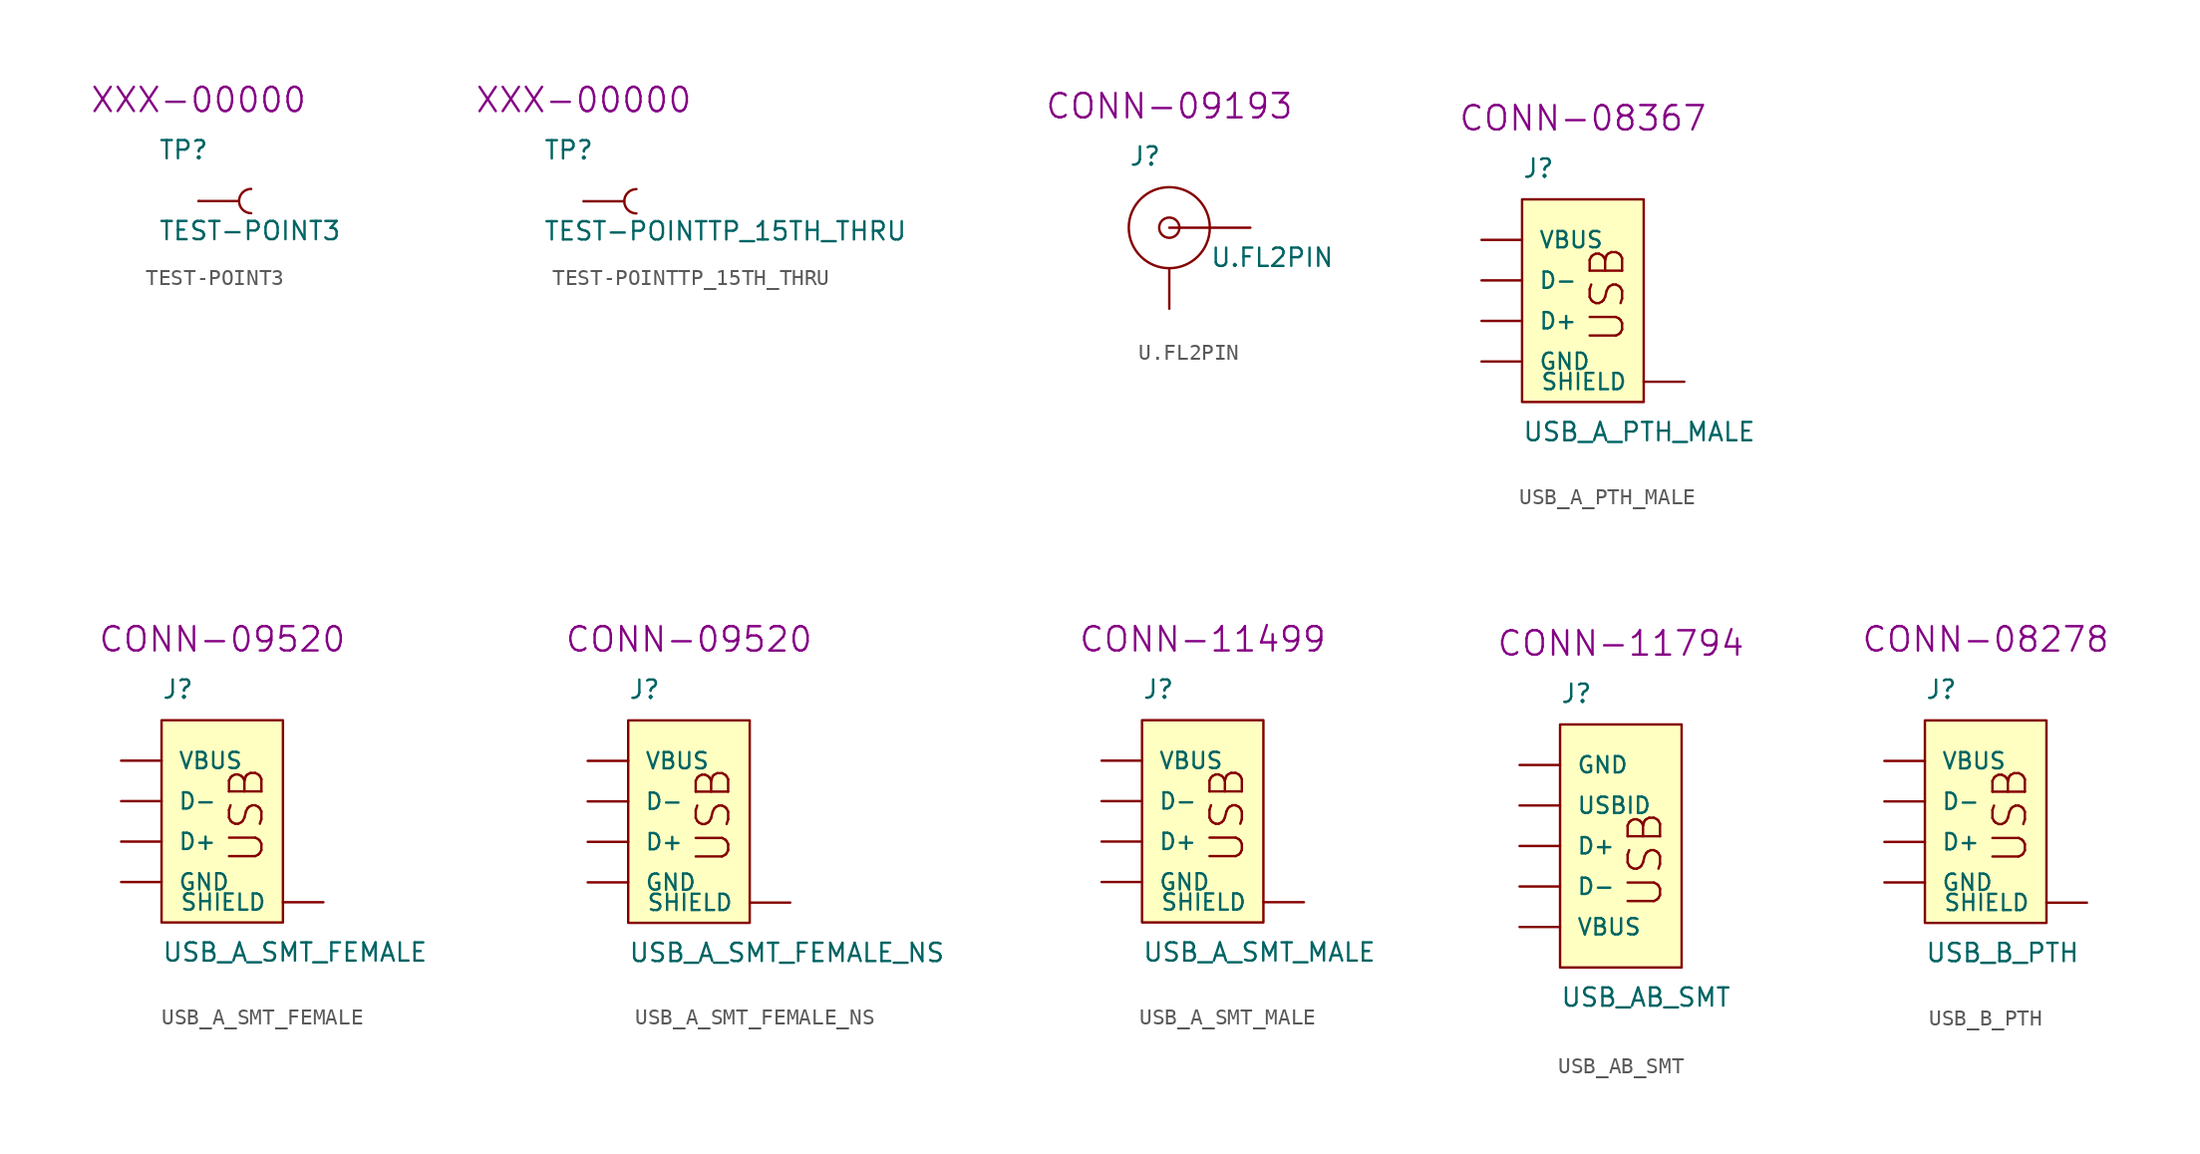
<source format=kicad_sym>
(kicad_symbol_lib
  (version 20220914)
  (generator kicad_symbol_editor)
  (symbol "TEST-POINT3"
    (pin_numbers hide)
    (pin_names
      (offset 1.016) hide)
    (property "Reference" "TP"
      (at -2.54 2.54 0)
      (effects (font (size 1.143 1.143)) (justify left bottom)))
    (property "Value" "TEST-POINT3"
      (at -2.54 -2.54 0)
      (effects (font (size 1.143 1.143)) (justify left bottom)))
    (property "Field4" "XXX-00000"
      (at 0 6.35 0)
      (effects (font (size 1.524 1.524))))
    (property "ki_locked" ""
      (at 0 0 0)
      (effects (font (size 1.27 1.27))))
    (symbol "TEST-POINT3_1_0"
      (polyline (pts (xy 2.54 0) (xy 0 0)) (stroke (width 0) (type solid)) (fill (type none))))
    (symbol "TEST-POINT3_1_1"
      (arc (start 3.302 0.762) (mid 2.5433 0) (end 3.302 -0.762) (stroke (width 0) (type solid)) (fill (type none)))
      (pin bidirectional line (at 0 0 180) (length 0) (name "1" (effects (font (size 1.016 1.016)))) (number "P$1" (effects (font (size 1.016 1.016)))))))
  (symbol "TEST-POINTTP_15TH_THRU"
    (pin_numbers hide)
    (pin_names
      (offset 1.016) hide)
    (property "Reference" "TP"
      (at -2.54 2.54 0)
      (effects (font (size 1.143 1.143)) (justify left bottom)))
    (property "Value" "TEST-POINTTP_15TH_THRU"
      (at -2.54 -2.54 0)
      (effects (font (size 1.143 1.143)) (justify left bottom)))
    (property "Field4" "XXX-00000"
      (at 0 6.35 0)
      (effects (font (size 1.524 1.524))))
    (property "ki_locked" ""
      (at 0 0 0)
      (effects (font (size 1.27 1.27))))
    (symbol "TEST-POINTTP_15TH_THRU_1_0"
      (polyline (pts (xy 2.54 0) (xy 0 0)) (stroke (width 0) (type solid)) (fill (type none))))
    (symbol "TEST-POINTTP_15TH_THRU_1_1"
      (arc (start 3.302 0.762) (mid 2.5433 0) (end 3.302 -0.762) (stroke (width 0) (type solid)) (fill (type none)))
      (pin bidirectional line (at 0 0 180) (length 0) (name "1" (effects (font (size 1.016 1.016)))) (number "P$1" (effects (font (size 1.016 1.016)))))))
  (symbol "U.FL2PIN"
    (pin_numbers hide)
    (pin_names
      (offset 1.016) hide)
    (property "Reference" "J"
      (at -2.54 3.81 0)
      (effects (font (size 1.143 1.143)) (justify left bottom)))
    (property "Value" "U.FL2PIN"
      (at 2.54 -2.54 0)
      (effects (font (size 1.143 1.143)) (justify left bottom)))
    (property "Field4" "CONN-09193"
      (at 0 7.62 0)
      (effects (font (size 1.524 1.524))))
    (property "ki_locked" ""
      (at 0 0 0)
      (effects (font (size 1.27 1.27))))
    (symbol "U.FL2PIN_0_1"
      (circle (center 0 0) (radius 0.635) (stroke (width 0) (type solid)) (fill (type none))))
    (symbol "U.FL2PIN_1_1"
      (circle (center 0 0) (radius 2.54) (stroke (width 0) (type solid)) (fill (type none)))
      (pin bidirectional line (at 0 -5.08 90) (length 2.54) (name "GND" (effects (font (size 1.016 1.016)))) (number "1" (effects (font (size 1.016 1.016)))))
      (pin bidirectional line (at 0 -5.08 90) (length 2.54) hide (name "GND" (effects (font (size 1.016 1.016)))) (number "2" (effects (font (size 1.016 1.016)))))
      (pin bidirectional line (at 5.08 0 180) (length 5.08) (name "SIGNAL" (effects (font (size 1.016 1.016)))) (number "FEED" (effects (font (size 1.016 1.016)))))))
  (symbol "USB_A_PTH_MALE"
    (pin_numbers hide)
    (pin_names
      (offset 1.016))
    (property "Reference" "J"
      (at -3.81 7.62 0)
      (effects (font (size 1.143 1.143)) (justify left bottom)))
    (property "Value" "USB_A_PTH_MALE"
      (at -3.81 -8.89 0)
      (effects (font (size 1.143 1.143)) (justify left bottom)))
    (property "Field4" "CONN-08367"
      (at 0 11.43 0)
      (effects (font (size 1.524 1.524))))
    (property "ki_locked" ""
      (at 0 0 0)
      (effects (font (size 1.27 1.27))))
    (symbol "USB_A_PTH_MALE_1_0"
      (rectangle (start -3.81 -6.35) (end 3.81 6.35) (stroke (width 0) (type solid)) (fill (type background)))
      (text "USB" (at 1.524 0.381 900) (effects (font (size 2.032 2.032)))))
    (symbol "USB_A_PTH_MALE_1_1"
      (pin bidirectional line (at -6.35 -1.27 0) (length 2.54) (name "D+" (effects (font (size 1.016 1.016)))) (number "D+" (effects (font (size 1.016 1.016)))))
      (pin bidirectional line (at -6.35 1.27 0) (length 2.54) (name "D-" (effects (font (size 1.016 1.016)))) (number "D-" (effects (font (size 1.016 1.016)))))
      (pin power_in line (at -6.35 -3.81 0) (length 2.54) (name "GND" (effects (font (size 1.016 1.016)))) (number "GND" (effects (font (size 1.016 1.016)))))
      (pin bidirectional line (at 6.35 -5.08 180) (length 2.54) (name "SHIELD" (effects (font (size 1.016 1.016)))) (number "SHLD" (effects (font (size 1.016 1.016)))))
      (pin bidirectional line (at 6.35 -5.08 180) (length 2.54) hide (name "SHIELD" (effects (font (size 1.016 1.016)))) (number "SHLD" (effects (font (size 1.016 1.016)))))
      (pin power_in line (at -6.35 3.81 0) (length 2.54) (name "VBUS" (effects (font (size 1.016 1.016)))) (number "VBUS" (effects (font (size 1.016 1.016)))))))
  (symbol "USB_A_SMT_FEMALE"
    (pin_numbers hide)
    (pin_names
      (offset 1.016))
    (property "Reference" "J"
      (at -3.81 7.62 0)
      (effects (font (size 1.143 1.143)) (justify left bottom)))
    (property "Value" "USB_A_SMT_FEMALE"
      (at -3.81 -8.89 0)
      (effects (font (size 1.143 1.143)) (justify left bottom)))
    (property "Field4" "CONN-09520"
      (at 0 11.43 0)
      (effects (font (size 1.524 1.524))))
    (property "ki_locked" ""
      (at 0 0 0)
      (effects (font (size 1.27 1.27))))
    (symbol "USB_A_SMT_FEMALE_1_0"
      (rectangle (start -3.81 -6.35) (end 3.81 6.35) (stroke (width 0) (type solid)) (fill (type background)))
      (text "USB" (at 1.524 0.381 900) (effects (font (size 2.032 2.032)))))
    (symbol "USB_A_SMT_FEMALE_1_1"
      (pin bidirectional line (at -6.35 -1.27 0) (length 2.54) (name "D+" (effects (font (size 1.016 1.016)))) (number "D+" (effects (font (size 1.016 1.016)))))
      (pin bidirectional line (at -6.35 1.27 0) (length 2.54) (name "D-" (effects (font (size 1.016 1.016)))) (number "D-" (effects (font (size 1.016 1.016)))))
      (pin power_in line (at -6.35 -3.81 0) (length 2.54) (name "GND" (effects (font (size 1.016 1.016)))) (number "GND" (effects (font (size 1.016 1.016)))))
      (pin bidirectional line (at 6.35 -5.08 180) (length 2.54) (name "SHIELD" (effects (font (size 1.016 1.016)))) (number "SHLD" (effects (font (size 1.016 1.016)))))
      (pin bidirectional line (at 6.35 -5.08 180) (length 2.54) hide (name "SHIELD" (effects (font (size 1.016 1.016)))) (number "SHLD" (effects (font (size 1.016 1.016)))))
      (pin power_in line (at -6.35 3.81 0) (length 2.54) (name "VBUS" (effects (font (size 1.016 1.016)))) (number "VBUS" (effects (font (size 1.016 1.016)))))))
  (symbol "USB_A_SMT_FEMALE_NS"
    (pin_numbers hide)
    (pin_names
      (offset 1.016))
    (property "Reference" "J"
      (at -3.81 7.62 0)
      (effects (font (size 1.143 1.143)) (justify left bottom)))
    (property "Value" "USB_A_SMT_FEMALE_NS"
      (at -3.81 -8.89 0)
      (effects (font (size 1.143 1.143)) (justify left bottom)))
    (property "Field4" "CONN-09520"
      (at 0 11.43 0)
      (effects (font (size 1.524 1.524))))
    (property "ki_locked" ""
      (at 0 0 0)
      (effects (font (size 1.27 1.27))))
    (symbol "USB_A_SMT_FEMALE_NS_1_0"
      (rectangle (start -3.81 -6.35) (end 3.81 6.35) (stroke (width 0) (type solid)) (fill (type background)))
      (text "USB" (at 1.524 0.381 900) (effects (font (size 2.032 2.032)))))
    (symbol "USB_A_SMT_FEMALE_NS_1_1"
      (pin bidirectional line (at -6.35 -1.27 0) (length 2.54) (name "D+" (effects (font (size 1.016 1.016)))) (number "D+" (effects (font (size 1.016 1.016)))))
      (pin bidirectional line (at -6.35 1.27 0) (length 2.54) (name "D-" (effects (font (size 1.016 1.016)))) (number "D-" (effects (font (size 1.016 1.016)))))
      (pin power_in line (at -6.35 -3.81 0) (length 2.54) (name "GND" (effects (font (size 1.016 1.016)))) (number "GND" (effects (font (size 1.016 1.016)))))
      (pin bidirectional line (at 6.35 -5.08 180) (length 2.54) (name "SHIELD" (effects (font (size 1.016 1.016)))) (number "SHLD" (effects (font (size 1.016 1.016)))))
      (pin bidirectional line (at 6.35 -5.08 180) (length 2.54) hide (name "SHIELD" (effects (font (size 1.016 1.016)))) (number "SHLD" (effects (font (size 1.016 1.016)))))
      (pin power_in line (at -6.35 3.81 0) (length 2.54) (name "VBUS" (effects (font (size 1.016 1.016)))) (number "VBUS" (effects (font (size 1.016 1.016)))))))
  (symbol "USB_A_SMT_MALE"
    (pin_numbers hide)
    (pin_names
      (offset 1.016))
    (property "Reference" "J"
      (at -3.81 7.62 0)
      (effects (font (size 1.143 1.143)) (justify left bottom)))
    (property "Value" "USB_A_SMT_MALE"
      (at -3.81 -8.89 0)
      (effects (font (size 1.143 1.143)) (justify left bottom)))
    (property "Field4" "CONN-11499"
      (at 0 11.43 0)
      (effects (font (size 1.524 1.524))))
    (property "ki_locked" ""
      (at 0 0 0)
      (effects (font (size 1.27 1.27))))
    (symbol "USB_A_SMT_MALE_1_0"
      (rectangle (start -3.81 -6.35) (end 3.81 6.35) (stroke (width 0) (type solid)) (fill (type background)))
      (text "USB" (at 1.524 0.381 900) (effects (font (size 2.032 2.032)))))
    (symbol "USB_A_SMT_MALE_1_1"
      (pin bidirectional line (at -6.35 -1.27 0) (length 2.54) (name "D+" (effects (font (size 1.016 1.016)))) (number "D+1" (effects (font (size 1.016 1.016)))))
      (pin bidirectional line (at -6.35 1.27 0) (length 2.54) (name "D-" (effects (font (size 1.016 1.016)))) (number "D-1" (effects (font (size 1.016 1.016)))))
      (pin power_in line (at -6.35 -3.81 0) (length 2.54) (name "GND" (effects (font (size 1.016 1.016)))) (number "GND1" (effects (font (size 1.016 1.016)))))
      (pin bidirectional line (at 6.35 -5.08 180) (length 2.54) (name "SHIELD" (effects (font (size 1.016 1.016)))) (number "SHLD" (effects (font (size 1.016 1.016)))))
      (pin bidirectional line (at 6.35 -5.08 180) (length 2.54) hide (name "SHIELD" (effects (font (size 1.016 1.016)))) (number "SHLD" (effects (font (size 1.016 1.016)))))
      (pin power_in line (at -6.35 3.81 0) (length 2.54) (name "VBUS" (effects (font (size 1.016 1.016)))) (number "VBUS" (effects (font (size 1.016 1.016)))))))
  (symbol "USB_AB_SMT"
    (pin_numbers hide)
    (pin_names
      (offset 1.016))
    (property "Reference" "J"
      (at -3.81 8.89 0)
      (effects (font (size 1.143 1.143)) (justify left bottom)))
    (property "Value" "USB_AB_SMT"
      (at -3.81 -10.16 0)
      (effects (font (size 1.143 1.143)) (justify left bottom)))
    (property "Field4" "CONN-11794"
      (at 0 12.7 0)
      (effects (font (size 1.524 1.524))))
    (property "ki_locked" ""
      (at 0 0 0)
      (effects (font (size 1.27 1.27))))
    (symbol "USB_AB_SMT_1_0"
      (rectangle (start -3.81 7.62) (end 3.81 -7.62) (stroke (width 0) (type solid)) (fill (type background)))
      (text "USB" (at 1.524 -0.889 900) (effects (font (size 2.032 2.032)))))
    (symbol "USB_AB_SMT_1_1"
      (pin bidirectional line (at -6.35 0 0) (length 2.54) (name "D+" (effects (font (size 1.016 1.016)))) (number "D+1" (effects (font (size 1.016 1.016)))))
      (pin bidirectional line (at -6.35 -2.54 0) (length 2.54) (name "D-" (effects (font (size 1.016 1.016)))) (number "D-1" (effects (font (size 1.016 1.016)))))
      (pin power_in line (at -6.35 5.08 0) (length 2.54) (name "GND" (effects (font (size 1.016 1.016)))) (number "GND1" (effects (font (size 1.016 1.016)))))
      (pin bidirectional line (at -6.35 2.54 0) (length 2.54) (name "USBID" (effects (font (size 1.016 1.016)))) (number "ID1" (effects (font (size 1.016 1.016)))))
      (pin bidirectional line (at 6.35 -6.35 180) (length 2.54) hide (name "SHIELD" (effects (font (size 1.016 1.016)))) (number "SHLD" (effects (font (size 1.016 1.016)))))
      (pin bidirectional line (at 6.35 -6.35 180) (length 2.54) hide (name "SHIELD" (effects (font (size 1.016 1.016)))) (number "SHLD" (effects (font (size 1.016 1.016)))))
      (pin power_in line (at -6.35 -5.08 0) (length 2.54) (name "VBUS" (effects (font (size 1.016 1.016)))) (number "VBUS" (effects (font (size 1.016 1.016)))))))
  (symbol "USB_B_PTH"
    (pin_numbers hide)
    (pin_names
      (offset 1.016))
    (property "Reference" "J"
      (at -3.81 7.62 0)
      (effects (font (size 1.143 1.143)) (justify left bottom)))
    (property "Value" "USB_B_PTH"
      (at -3.81 -8.89 0)
      (effects (font (size 1.143 1.143)) (justify left bottom)))
    (property "Field4" "CONN-08278"
      (at 0 11.43 0)
      (effects (font (size 1.524 1.524))))
    (property "ki_locked" ""
      (at 0 0 0)
      (effects (font (size 1.27 1.27))))
    (symbol "USB_B_PTH_1_0"
      (rectangle (start -3.81 -6.35) (end 3.81 6.35) (stroke (width 0) (type solid)) (fill (type background)))
      (text "USB" (at 1.524 0.381 900) (effects (font (size 2.032 2.032)))))
    (symbol "USB_B_PTH_1_1"
      (pin bidirectional line (at -6.35 -1.27 0) (length 2.54) (name "D+" (effects (font (size 1.016 1.016)))) (number "D+" (effects (font (size 1.016 1.016)))))
      (pin bidirectional line (at -6.35 1.27 0) (length 2.54) (name "D-" (effects (font (size 1.016 1.016)))) (number "D-" (effects (font (size 1.016 1.016)))))
      (pin power_in line (at -6.35 -3.81 0) (length 2.54) (name "GND" (effects (font (size 1.016 1.016)))) (number "GND" (effects (font (size 1.016 1.016)))))
      (pin bidirectional line (at 6.35 -5.08 180) (length 2.54) (name "SHIELD" (effects (font (size 1.016 1.016)))) (number "SHLD" (effects (font (size 1.016 1.016)))))
      (pin bidirectional line (at 6.35 -5.08 180) (length 2.54) hide (name "SHIELD" (effects (font (size 1.016 1.016)))) (number "SHLD" (effects (font (size 1.016 1.016)))))
      (pin power_in line (at -6.35 3.81 0) (length 2.54) (name "VBUS" (effects (font (size 1.016 1.016)))) (number "VBUS" (effects (font (size 1.016 1.016))))))))
</source>
